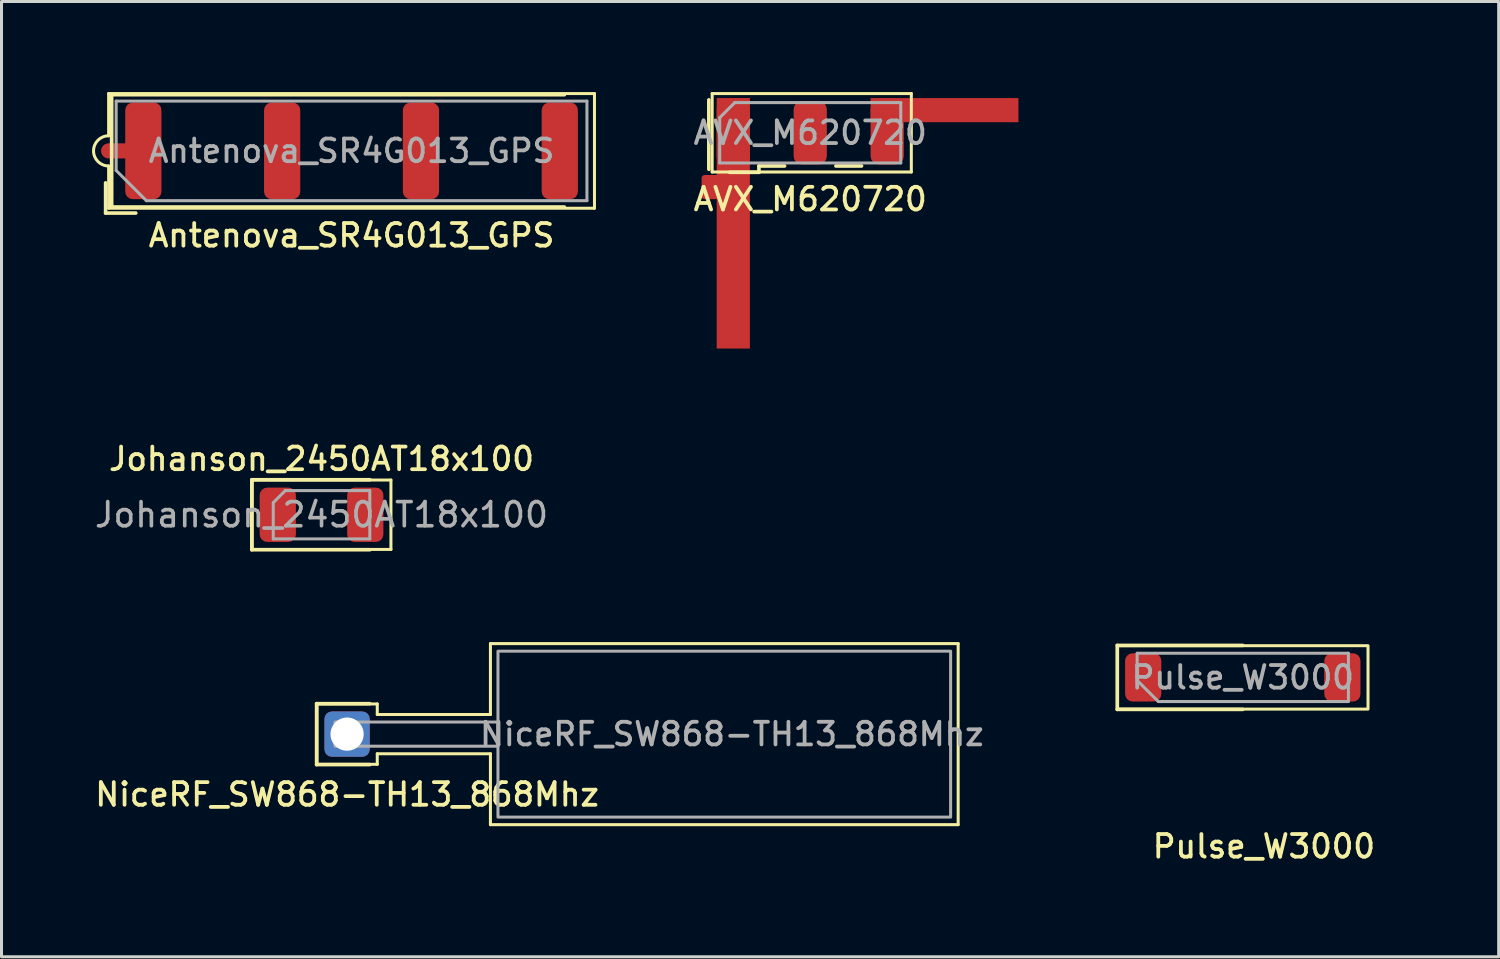
<source format=kicad_pcb>
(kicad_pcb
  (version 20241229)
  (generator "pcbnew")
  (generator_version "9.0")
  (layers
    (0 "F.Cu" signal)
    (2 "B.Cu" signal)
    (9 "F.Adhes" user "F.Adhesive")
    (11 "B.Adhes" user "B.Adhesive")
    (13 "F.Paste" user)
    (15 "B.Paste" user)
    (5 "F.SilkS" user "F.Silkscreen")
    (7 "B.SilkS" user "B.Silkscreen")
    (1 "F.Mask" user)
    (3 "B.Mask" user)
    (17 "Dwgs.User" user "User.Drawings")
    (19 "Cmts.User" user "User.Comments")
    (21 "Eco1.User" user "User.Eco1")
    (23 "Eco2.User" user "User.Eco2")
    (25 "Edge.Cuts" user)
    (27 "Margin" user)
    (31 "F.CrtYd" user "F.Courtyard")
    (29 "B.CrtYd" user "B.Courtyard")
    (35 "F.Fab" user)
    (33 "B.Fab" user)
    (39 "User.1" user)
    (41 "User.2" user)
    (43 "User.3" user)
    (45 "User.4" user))
  (footprint "AVX_M620720"
    (layer "F.Cu")
    (at 23.8 1.35)
    (property "Reference" "AVX_M620720" (at 0 2.2 0) (layer "F.SilkS") (effects (font (size 0.75 0.75) (thickness 0.125))))
    (attr smd)
    (fp_line (start -3.36 -1.09) (end -3.36 1.21) (stroke (width 0.12) (type solid)) (layer "F.SilkS"))
    (fp_line (start -3.25 -1.3) (end 3.35 -1.3) (stroke (width 0.1) (type solid)) (layer "F.SilkS"))
    (fp_line (start -3.25 1.3) (end -3.25 -1.3) (stroke (width 0.1) (type solid)) (layer "F.SilkS"))
    (fp_line (start -1.7 1.1) (end -1.7 1.31) (stroke (width 0.12) (type default)) (layer "F.SilkS"))
    (fp_line (start -1.7 1.1) (end -0.85 1.1) (stroke (width 0.12) (type solid)) (layer "F.SilkS"))
    (fp_line (start -1.7 1.31) (end -2.67 1.31) (stroke (width 0.12) (type default)) (layer "F.SilkS"))
    (fp_line (start 0.85 1.1) (end 1.7 1.1) (stroke (width 0.12) (type solid)) (layer "F.SilkS"))
    (fp_line (start 3.35 -1.3) (end 3.35 1.3) (stroke (width 0.1) (type solid)) (layer "F.SilkS"))
    (fp_line (start 3.35 1.3) (end -3.25 1.3) (stroke (width 0.1) (type solid)) (layer "F.SilkS"))
    (fp_line (start -3 1) (end -3 -0.5) (stroke (width 0.1) (type solid)) (layer "F.Fab"))
    (fp_line (start -2.5 -1) (end -3 -0.5) (stroke (width 0.1) (type default)) (layer "F.Fab"))
    (fp_line (start -2.5 -1) (end 3 -1) (stroke (width 0.1) (type solid)) (layer "F.Fab"))
    (fp_line (start 3 -1) (end 3 1) (stroke (width 0.1) (type solid)) (layer "F.Fab"))
    (fp_line (start 3 1) (end -3 1) (stroke (width 0.1) (type solid)) (layer "F.Fab"))
    (fp_text user "${REFERENCE}" (at 0 0 0) (layer "F.Fab") (effects (font (size 0.75 0.75) (thickness 0.125))))
    (pad "1" smd roundrect (at -3.3 1.8) (size 0.6 0.8) (layers "F.Cu") (roundrect_rratio 0.167))
    (pad "1" smd roundrect (at -2.55 0) (size 1.1 2.1) (layers "F.Cu" "F.Mask" "F.Paste") (roundrect_rratio 0.227))
    (pad "1" smd rect (at -2.55 3) (size 1.1 8.3) (layers "F.Cu"))
    (pad "2" smd roundrect (at 2.55 0) (size 1.1 2.1) (layers "F.Cu" "F.Mask" "F.Paste") (roundrect_rratio 0.25))
    (pad "2" smd rect (at 4.45 -0.75) (size 4.9 0.8) (layers "F.Cu"))
    (pad "3" smd roundrect (at 0 0) (size 1.1 2.1) (layers "F.Cu" "F.Mask" "F.Paste") (roundrect_rratio 0.25))
    (zone (net_name "") (layer "F.Cu") (hatch edge 0.5) (connect_pads) (min_thickness 0.25) (filled_areas_thickness no) (keepout (tracks not_allowed) (vias not_allowed) (pads not_allowed) (copperpour not_allowed) (footprints allowed)) (placement (enabled no)) (fill) (polygon (pts (xy 19.7 0) (xy 20.69 0) (xy 20.69 2.74) (xy 19.7 2.74))))
    (zone (net_name "") (layer "F.Cu") (hatch edge 0.5) (connect_pads) (min_thickness 0.25) (filled_areas_thickness no) (keepout (tracks allowed) (vias not_allowed) (pads allowed) (copperpour not_allowed) (footprints allowed)) (placement (enabled no)) (fill) (polygon (pts (xy 19.7 3.56) (xy 20.19 3.56) (xy 20.19 2.74) (xy 19.7 2.74))))
    (zone (net_name "") (layer "F.Cu") (hatch edge 0.5) (connect_pads) (min_thickness 0.25) (filled_areas_thickness no) (keepout (tracks not_allowed) (vias not_allowed) (pads not_allowed) (copperpour not_allowed) (footprints allowed)) (placement (enabled no)) (fill) (polygon (pts (xy 19.7 8.5) (xy 20.69 8.5) (xy 20.69 3.56) (xy 19.7 3.56))))
    (zone (net_name "") (layer "F.Cu") (hatch edge 0.5) (connect_pads) (min_thickness 0.25) (filled_areas_thickness no) (keepout (tracks allowed) (vias not_allowed) (pads allowed) (copperpour not_allowed) (footprints allowed)) (placement (enabled no)) (fill) (polygon (pts (xy 30.71 0.19) (xy 31.2 0.19) (xy 31.2 1.01) (xy 30.71 1.01))))
    (zone (net_name "") (layer "F.Cu") (hatch edge 0.5) (connect_pads) (min_thickness 0.25) (filled_areas_thickness no) (keepout (tracks not_allowed) (vias not_allowed) (pads not_allowed) (copperpour not_allowed) (footprints allowed)) (placement (enabled no)) (fill) (polygon (pts (xy 20.69 0) (xy 20.69 0.29) (xy 25.79 0.29) (xy 25.79 0.19) (xy 30.71 0.19) (xy 31.2 0.19) (xy 31.2 0))))
    (zone (net_name "") (layer "F.Cu") (hatch edge 0.508) (connect_pads) (min_thickness 0.254) (filled_areas_thickness no) (keepout (tracks not_allowed) (vias not_allowed) (pads not_allowed) (copperpour not_allowed) (footprints allowed)) (placement (enabled no)) (fill) (polygon (pts (xy 23.24 2.41) (xy 24.37 2.41) (xy 24.37 0.29) (xy 25.79 0.29) (xy 25.79 2.41) (xy 26.92 2.41) (xy 26.92 1.01) (xy 30.7 1.01) (xy 31.2 1.01) (xy 31.2 8.5) (xy 21.82 8.5) (xy 21.82 0.29) (xy 23.24 0.29))))
    (zone (net_name "") (layers "B.Cu" "Dwgs.User") (hatch edge 0.508) (connect_pads) (min_thickness 0.254) (filled_areas_thickness no) (keepout (tracks not_allowed) (vias not_allowed) (pads not_allowed) (copperpour not_allowed) (footprints allowed)) (placement (enabled no)) (fill) (polygon (pts (xy 31.2 8.5) (xy 19.7 8.5) (xy 19.7 0) (xy 31.2 0)))))
  (footprint "NiceRF_SW868-TH13_868Mhz"
    (layer "F.Cu")
    (at 8.452 21.278)
    (property "Reference" "NiceRF_SW868-TH13_868Mhz" (at 0 2 0) (layer "F.SilkS") (effects (font (size 0.75 0.75) (thickness 0.125))))
    (attr through_hole)
    (fp_line (start -1.01 -1.01) (end 0.75 -1.01) (stroke (width 0.12) (type default)) (layer "F.SilkS"))
    (fp_line (start -1.01 1.01) (end -1.01 -1.01) (stroke (width 0.12) (type default)) (layer "F.SilkS"))
    (fp_line (start -1 -1) (end 1 -1) (stroke (width 0.1) (type default)) (layer "F.SilkS"))
    (fp_line (start -1 1) (end -1 -1) (stroke (width 0.1) (type default)) (layer "F.SilkS"))
    (fp_line (start 0.75 1.01) (end -1.01 1.01) (stroke (width 0.12) (type default)) (layer "F.SilkS"))
    (fp_line (start 1 -1) (end 1 -0.65) (stroke (width 0.1) (type default)) (layer "F.SilkS"))
    (fp_line (start 1 -0.65) (end 4.75 -0.65) (stroke (width 0.1) (type default)) (layer "F.SilkS"))
    (fp_line (start 1 0.65) (end 1 1) (stroke (width 0.1) (type default)) (layer "F.SilkS"))
    (fp_line (start 1 0.65) (end 4.75 0.65) (stroke (width 0.1) (type default)) (layer "F.SilkS"))
    (fp_line (start 1 1) (end -1 1) (stroke (width 0.1) (type default)) (layer "F.SilkS"))
    (fp_line (start 4.75 -3) (end 4.75 -0.65) (stroke (width 0.1) (type default)) (layer "F.SilkS"))
    (fp_line (start 4.75 0.65) (end 4.75 3) (stroke (width 0.1) (type default)) (layer "F.SilkS"))
    (fp_line (start 4.75 3) (end 20.25 3) (stroke (width 0.1) (type default)) (layer "F.SilkS"))
    (fp_line (start 20.25 -3) (end 4.75 -3) (stroke (width 0.1) (type default)) (layer "F.SilkS"))
    (fp_line (start 20.25 3) (end 20.25 -3) (stroke (width 0.1) (type default)) (layer "F.SilkS"))
    (fp_rect (start -0.4 -0.4) (end 5 0.4) (stroke (width 0.1) (type default)) (fill no) (layer "F.Fab"))
    (fp_rect (start 20 -2.75) (end 5 2.75) (stroke (width 0.1) (type default)) (fill no) (layer "F.Fab"))
    (fp_text user "${REFERENCE}" (at 12.75 0 0) (layer "F.Fab") (effects (font (size 0.75 0.75) (thickness 0.125))))
    (pad "1" thru_hole roundrect (at 0 0 270) (size 1.5 1.5) (drill 1.1) (layers "*.Cu" "*.Mask") (roundrect_rratio 0.164)))
  (footprint "Pulse_W3000"
    (layer "F.Cu")
    (at 38.134 19.398)
    (property "Reference" "Pulse_W3000" (at 0.7 5.6 0) (unlocked yes) (layer "F.SilkS") (effects (font (size 0.75 0.75) (thickness 0.125))))
    (attr smd)
    (fp_line (start -4.16 -1.06) (end 0 -1.06) (stroke (width 0.12) (type default)) (layer "F.SilkS"))
    (fp_line (start -4.16 1.06) (end -4.16 -1.06) (stroke (width 0.12) (type default)) (layer "F.SilkS"))
    (fp_line (start -4.16 1.06) (end 0 1.06) (stroke (width 0.12) (type default)) (layer "F.SilkS"))
    (fp_rect (start 4.15 1.05) (end -4.15 -1.05) (stroke (width 0.1) (type default)) (fill no) (layer "F.SilkS"))
    (fp_line (start -3.5 -0.8) (end 3.5 -0.8) (stroke (width 0.1) (type default)) (layer "F.Fab"))
    (fp_line (start -3.5 0.1) (end -3.5 -0.8) (stroke (width 0.1) (type default)) (layer "F.Fab"))
    (fp_line (start -3.5 0.1) (end -2.8 0.8) (stroke (width 0.1) (type default)) (layer "F.Fab"))
    (fp_line (start -2.8 0.8) (end 3.5 0.8) (stroke (width 0.1) (type default)) (layer "F.Fab"))
    (fp_line (start 3.5 -0.8) (end 3.5 0.8) (stroke (width 0.1) (type default)) (layer "F.Fab"))
    (fp_text user "${REFERENCE}" (at 0 0 0) (layer "F.Fab") (effects (font (size 0.75 0.75) (thickness 0.125))))
    (pad "1" smd roundrect (at -3.3 0) (size 1.2 1.6) (layers "F.Cu" "F.Mask" "F.Paste") (roundrect_rratio 0.208))
    (pad "2" smd roundrect (at 3.3 0) (size 1.2 1.6) (layers "F.Cu" "F.Mask" "F.Paste") (roundrect_rratio 0.208))
    (zone (net_name "") (layer "F.Cu") (name "Impedance tuning area") (hatch edge 0.5) (connect_pads) (min_thickness 0.25) (filled_areas_thickness no) (keepout (tracks allowed) (vias not_allowed) (pads allowed) (copperpour allowed) (footprints allowed)) (placement (enabled no)) (fill) (polygon (pts (xy 35.184 24.228) (xy 35.184 20.348) (xy 34.444 20.348) (xy 34.444 24.228))))
    (zone (net_name "") (layer "F.Cu") (name "F.Cu GND Clearance") (hatch edge 0.5) (connect_pads) (min_thickness 0.25) (filled_areas_thickness no) (keepout (tracks not_allowed) (vias not_allowed) (pads not_allowed) (copperpour not_allowed) (footprints allowed)) (placement (enabled no)) (fill) (polygon (pts (xy 35.484 18.548) (xy 34.184 18.548) (xy 34.184 18.228) (xy 35.484 18.228))))
    (zone (net_name "") (layer "F.Cu") (name "Inductor Zone") (hatch edge 0.5) (connect_pads) (min_thickness 0.25) (filled_areas_thickness no) (keepout (tracks allowed) (vias not_allowed) (pads allowed) (copperpour allowed) (footprints allowed)) (placement (enabled no)) (fill) (polygon (pts (xy 36.503 24.228) (xy 35.534 24.228) (xy 35.534 23.538) (xy 36.503 23.538))))
    (zone (net_name "") (layer "F.Cu") (name "F.Cu GND Clearance") (hatch edge 0.5) (connect_pads) (min_thickness 0.25) (filled_areas_thickness no) (keepout (tracks not_allowed) (vias not_allowed) (pads not_allowed) (copperpour not_allowed) (footprints allowed)) (placement (enabled no)) (fill) (polygon (pts (xy 42.084 18.548) (xy 40.784 18.548) (xy 40.784 18.228) (xy 42.084 18.228))))
    (zone (net_name "") (layer "F.Cu") (name "F.Cu GND Clearance Left") (hatch edge 0.5) (connect_pads) (min_thickness 0.25) (filled_areas_thickness no) (keepout (tracks not_allowed) (vias not_allowed) (pads not_allowed) (copperpour not_allowed) (footprints allowed)) (placement (enabled no)) (fill) (polygon (pts (xy 32.654 18.228) (xy 34.184 18.228) (xy 34.184 20.248) (xy 34.394 20.248) (xy 34.394 24.228) (xy 32.654 24.228))))
    (zone (net_name "") (layer "F.Cu") (name "F.Cu GND Clearance Right") (hatch edge 0.5) (connect_pads) (min_thickness 0.25) (filled_areas_thickness no) (keepout (tracks not_allowed) (vias not_allowed) (pads not_allowed) (copperpour not_allowed) (footprints allowed)) (placement (enabled no)) (fill) (polygon (pts (xy 35.484 18.228) (xy 35.484 20.248) (xy 35.234 20.248) (xy 35.234 24.228) (xy 35.484 24.228) (xy 35.484 23.488) (xy 36.553 23.488) (xy 36.553 24.228) (xy 43.614 24.238) (xy 43.614 18.228) (xy 42.084 18.228) (xy 42.084 20.248) (xy 40.784 20.248) (xy 40.784 18.228))))
    (zone (net_name "") (layers "B.Cu" "F.SilkS") (hatch edge 0.5) (connect_pads) (min_thickness 0.25) (filled_areas_thickness no) (keepout (tracks not_allowed) (vias not_allowed) (pads not_allowed) (copperpour not_allowed) (footprints allowed)) (placement (enabled no)) (fill) (polygon (pts (xy 43.614 24.228) (xy 32.654 24.228) (xy 32.654 18.228) (xy 33.454 18.228) (xy 34.254 18.228) (xy 43.614 18.228)))))
  (footprint "Johanson_2450AT18x100"
    (layer "F.Cu")
    (at 7.605 14.008)
    (property "Reference" "Johanson_2450AT18x100" (at 0 -1.85 0) (layer "F.SilkS") (effects (font (size 0.75 0.75) (thickness 0.125))))
    (attr smd)
    (fp_line (start -2.31 -1.16) (end -2.31 1.16) (stroke (width 0.12) (type solid)) (layer "F.SilkS"))
    (fp_line (start -2.31 1.16) (end 1.6 1.16) (stroke (width 0.12) (type solid)) (layer "F.SilkS"))
    (fp_line (start -2.3 -1.15) (end 2.3 -1.15) (stroke (width 0.1) (type solid)) (layer "F.SilkS"))
    (fp_line (start -2.3 1.15) (end -2.3 -1.15) (stroke (width 0.1) (type solid)) (layer "F.SilkS"))
    (fp_line (start 1.6 -1.16) (end -2.31 -1.16) (stroke (width 0.12) (type solid)) (layer "F.SilkS"))
    (fp_line (start 2.3 -1.15) (end 2.3 1.15) (stroke (width 0.1) (type solid)) (layer "F.SilkS"))
    (fp_line (start 2.3 1.15) (end -2.3 1.15) (stroke (width 0.1) (type solid)) (layer "F.SilkS"))
    (fp_line (start -1.6 -0.4) (end -1.6 0.8) (stroke (width 0.1) (type solid)) (layer "F.Fab"))
    (fp_line (start -1.6 0.8) (end 1.6 0.8) (stroke (width 0.1) (type solid)) (layer "F.Fab"))
    (fp_line (start -1.2 -0.8) (end -1.6 -0.4) (stroke (width 0.1) (type solid)) (layer "F.Fab"))
    (fp_line (start 1.6 -0.8) (end -1.2 -0.8) (stroke (width 0.1) (type solid)) (layer "F.Fab"))
    (fp_line (start 1.6 0.8) (end 1.6 -0.8) (stroke (width 0.1) (type solid)) (layer "F.Fab"))
    (fp_text user "${REFERENCE}" (at 0 0 0) (layer "F.Fab") (effects (font (size 0.8 0.8) (thickness 0.12))))
    (pad "1" smd roundrect (at -1.45 0) (size 1.2 1.8) (layers "F.Cu" "F.Mask" "F.Paste") (roundrect_rratio 0.208))
    (pad "2" smd roundrect (at 1.45 0) (size 1.2 1.8) (layers "F.Cu" "F.Mask" "F.Paste") (roundrect_rratio 0.208)))
  (footprint "Antenova_SR4G013_GPS"
    (layer "F.Cu")
    (at 8.6 1.95)
    (property "Reference" "Antenova_SR4G013_GPS" (at 0 2.8 180) (layer "F.SilkS") (effects (font (size 0.75 0.75) (thickness 0.125))))
    (attr smd)
    (fp_line (start -8.05 0) (end -6.9 0) (stroke (width 0.5) (type default)) (layer "F.Cu"))
    (fp_line (start -8.15 1.06) (end -8.15 2.06) (stroke (width 0.12) (type default)) (layer "F.SilkS"))
    (fp_line (start -8.15 2.06) (end -7.15 2.06) (stroke (width 0.12) (type default)) (layer "F.SilkS"))
    (fp_line (start -8.05 -1.9) (end -8.05 -0.5) (stroke (width 0.1) (type default)) (layer "F.SilkS"))
    (fp_line (start -8.05 0.5) (end -8.05 1.9) (stroke (width 0.1) (type default)) (layer "F.SilkS"))
    (fp_line (start -8.05 1.9) (end 8.05 1.9) (stroke (width 0.1) (type default)) (layer "F.SilkS"))
    (fp_line (start -7.95 -1.86) (end -7.95 1.86) (stroke (width 0.12) (type default)) (layer "F.SilkS"))
    (fp_line (start -7.95 -1.86) (end 7.05 -1.86) (stroke (width 0.12) (type default)) (layer "F.SilkS"))
    (fp_line (start -7.95 1.86) (end 7.05 1.86) (stroke (width 0.12) (type default)) (layer "F.SilkS"))
    (fp_line (start 8.05 -1.9) (end -8.05 -1.9) (stroke (width 0.1) (type default)) (layer "F.SilkS"))
    (fp_line (start 8.05 1.9) (end 8.05 -1.9) (stroke (width 0.1) (type default)) (layer "F.SilkS"))
    (fp_arc (start -8.05 0.5) (mid -8.55 0) (end -8.05 -0.5) (stroke (width 0.1) (type default)) (layer "F.SilkS"))
    (fp_line (start -7.8 -1.65) (end 7.8 -1.65) (stroke (width 0.1) (type default)) (layer "F.Fab"))
    (fp_line (start -7.8 0.65) (end -7.8 -1.65) (stroke (width 0.1) (type default)) (layer "F.Fab"))
    (fp_line (start -7.8 0.65) (end -6.8 1.65) (stroke (width 0.1) (type default)) (layer "F.Fab"))
    (fp_line (start 7.8 -1.65) (end 7.8 1.65) (stroke (width 0.1) (type default)) (layer "F.Fab"))
    (fp_line (start 7.8 1.65) (end -6.8 1.65) (stroke (width 0.1) (type default)) (layer "F.Fab"))
    (fp_text user "${REFERENCE}" (at 0 0 0) (layer "F.Fab") (effects (font (size 0.75 0.75) (thickness 0.125))))
    (pad "1" smd roundrect (at -6.9 0) (size 1.2 3.2) (layers "F.Cu" "F.Mask" "F.Paste") (roundrect_rratio 0.208))
    (pad "2" smd roundrect (at -8.05 0) (size 0.3 0.3) (layers "F.Cu") (roundrect_rratio 0.25))
    (pad "2" smd roundrect (at -2.3 0) (size 1.2 3.2) (layers "F.Cu" "F.Mask" "F.Paste") (roundrect_rratio 0.208))
    (pad "2" smd roundrect (at 2.3 0) (size 1.2 3.2) (layers "F.Cu" "F.Mask" "F.Paste") (roundrect_rratio 0.208))
    (pad "2" smd roundrect (at 6.9 0) (size 1.2 3.2) (layers "F.Cu" "F.Mask" "F.Paste") (roundrect_rratio 0.208))
    (zone (net_name "") (layer "F.Cu") (hatch edge 0.508) (connect_pads) (min_thickness 0.254) (filled_areas_thickness no) (keepout (tracks not_allowed) (vias not_allowed) (pads not_allowed) (copperpour not_allowed) (footprints allowed)) (placement (enabled no)) (fill) (polygon (pts (xy 1.15 0.3) (xy 2.35 0.3) (xy 2.35 3.55) (xy 2.45 3.55) (xy 2.45 0.2) (xy 1.15 0.2)))))
  (gr_rect
    (start -3 -3)
    (end 46.614 28.656)
    (stroke (width 0.1) (type default))
    (fill no)
    (layer "Edge.Cuts")))
</source>
